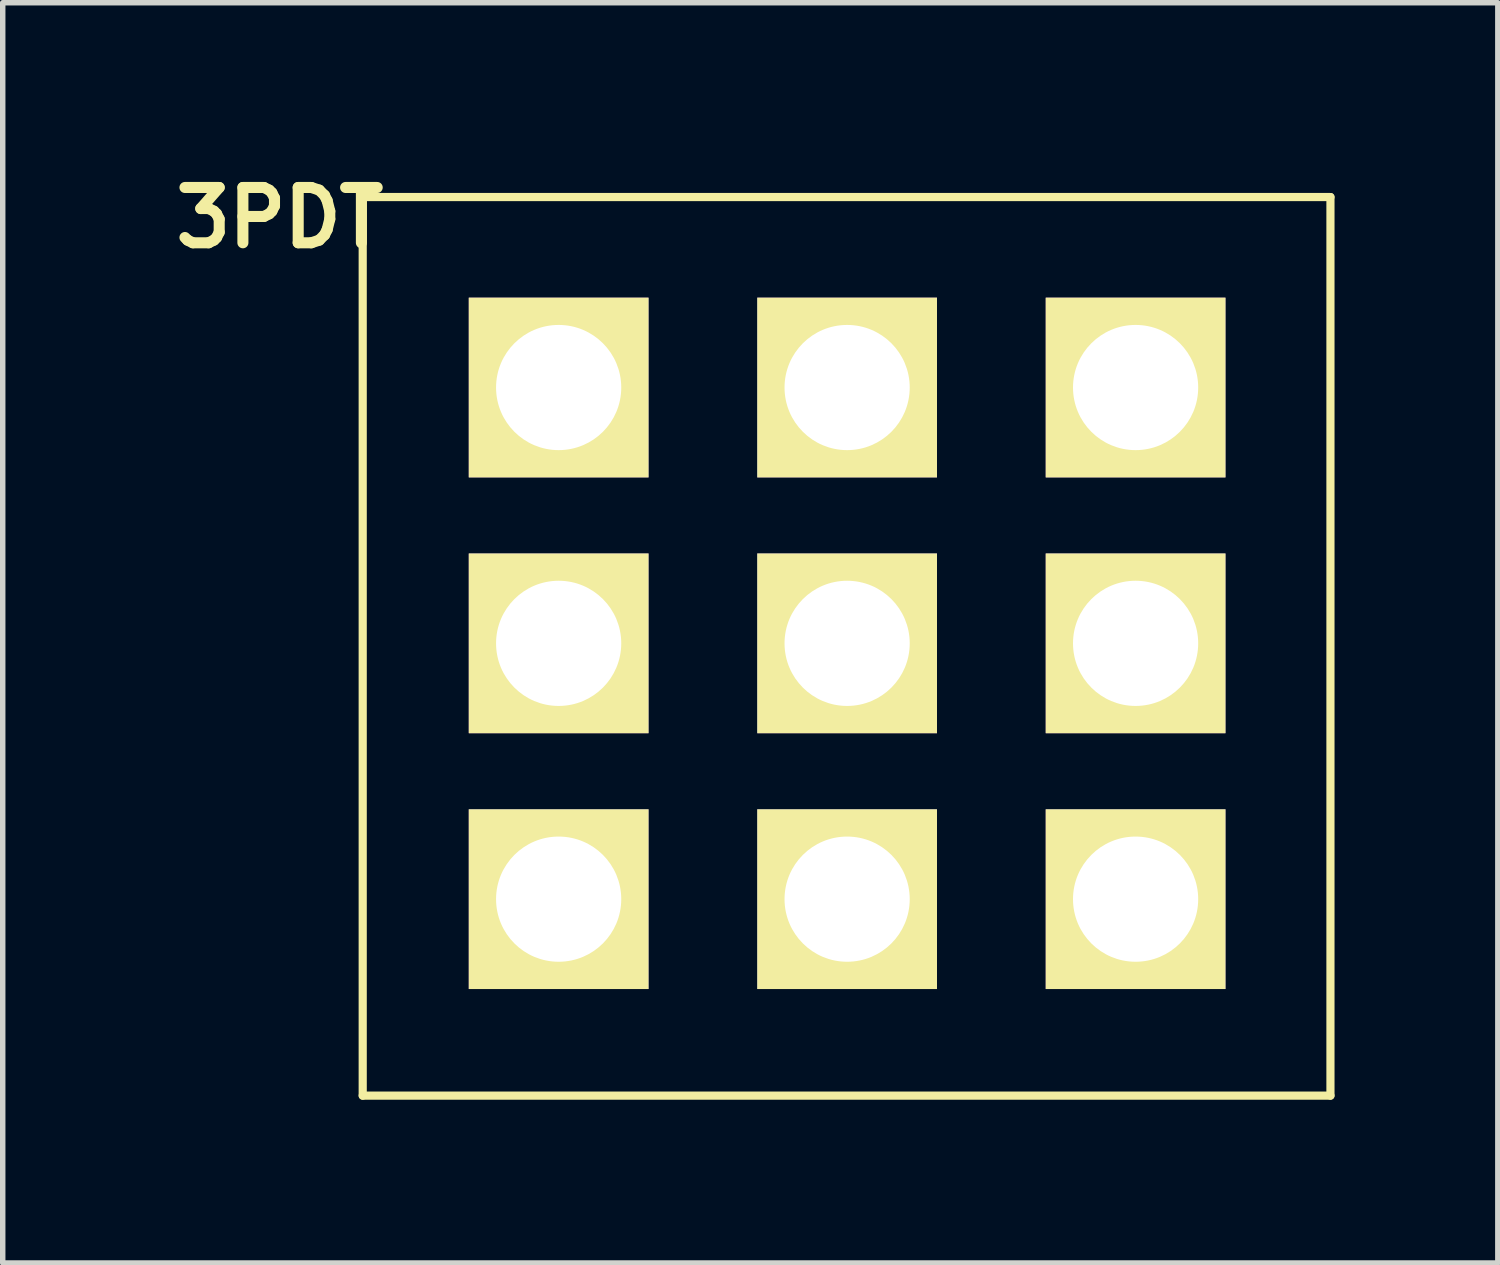
<source format=kicad_pcb>
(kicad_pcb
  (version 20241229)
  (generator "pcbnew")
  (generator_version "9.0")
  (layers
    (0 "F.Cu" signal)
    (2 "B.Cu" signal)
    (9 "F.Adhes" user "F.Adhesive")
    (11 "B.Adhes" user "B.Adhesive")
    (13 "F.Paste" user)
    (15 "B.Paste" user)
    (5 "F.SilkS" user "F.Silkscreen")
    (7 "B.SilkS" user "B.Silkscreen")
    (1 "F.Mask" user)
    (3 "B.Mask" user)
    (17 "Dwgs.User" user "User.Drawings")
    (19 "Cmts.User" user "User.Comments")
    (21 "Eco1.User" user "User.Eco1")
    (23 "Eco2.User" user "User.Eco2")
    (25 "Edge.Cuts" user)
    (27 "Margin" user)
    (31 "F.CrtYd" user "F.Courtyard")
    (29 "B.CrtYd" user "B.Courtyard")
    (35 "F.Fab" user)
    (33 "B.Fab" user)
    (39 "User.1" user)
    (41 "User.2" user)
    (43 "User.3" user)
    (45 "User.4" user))
  (footprint "3PDT"
    (layer "F.Cu")
    (at 3.614 0.57)
    (property "Reference" "3PDT" (at -1.524 0.381 0) (layer "F.SilkS") (effects (font (size 1.016 1.016) (thickness 0.203))))
    (attr through_hole)
    (fp_line (start 0 0) (end 17.78 0) (stroke (width 0.15) (type solid)) (layer "F.SilkS"))
    (fp_line (start 0 16.51) (end 0 0) (stroke (width 0.15) (type solid)) (layer "F.SilkS"))
    (fp_line (start 17.78 0) (end 17.78 16.51) (stroke (width 0.15) (type solid)) (layer "F.SilkS"))
    (fp_line (start 17.78 16.51) (end 0 16.51) (stroke (width 0.15) (type solid)) (layer "F.SilkS"))
    (pad "1" thru_hole rect (at 3.6 3.5) (size 3.302 3.302) (drill 2.3) (layers "*.Cu" "*.Mask" "F.SilkS"))
    (pad "2" thru_hole rect (at 3.6 8.2) (size 3.302 3.302) (drill 2.3) (layers "*.Cu" "*.Mask" "F.SilkS"))
    (pad "3" thru_hole rect (at 3.6 12.9) (size 3.302 3.302) (drill 2.3) (layers "*.Cu" "*.Mask" "F.SilkS"))
    (pad "4" thru_hole rect (at 8.9 3.5) (size 3.302 3.302) (drill 2.3) (layers "*.Cu" "*.Mask" "F.SilkS"))
    (pad "5" thru_hole rect (at 8.9 8.2) (size 3.302 3.302) (drill 2.3) (layers "*.Cu" "*.Mask" "F.SilkS"))
    (pad "6" thru_hole rect (at 8.9 12.9) (size 3.302 3.302) (drill 2.3) (layers "*.Cu" "*.Mask" "F.SilkS"))
    (pad "7" thru_hole rect (at 14.2 3.5) (size 3.302 3.302) (drill 2.3) (layers "*.Cu" "*.Mask" "F.SilkS"))
    (pad "8" thru_hole rect (at 14.2 8.2) (size 3.302 3.302) (drill 2.3) (layers "*.Cu" "*.Mask" "F.SilkS"))
    (pad "9" thru_hole rect (at 14.2 12.9) (size 3.302 3.302) (drill 2.3) (layers "*.Cu" "*.Mask" "F.SilkS")))
  (gr_rect
    (start -3 -3)
    (end 24.469 20.155)
    (stroke (width 0.1) (type default))
    (fill no)
    (layer "Edge.Cuts")))
</source>
